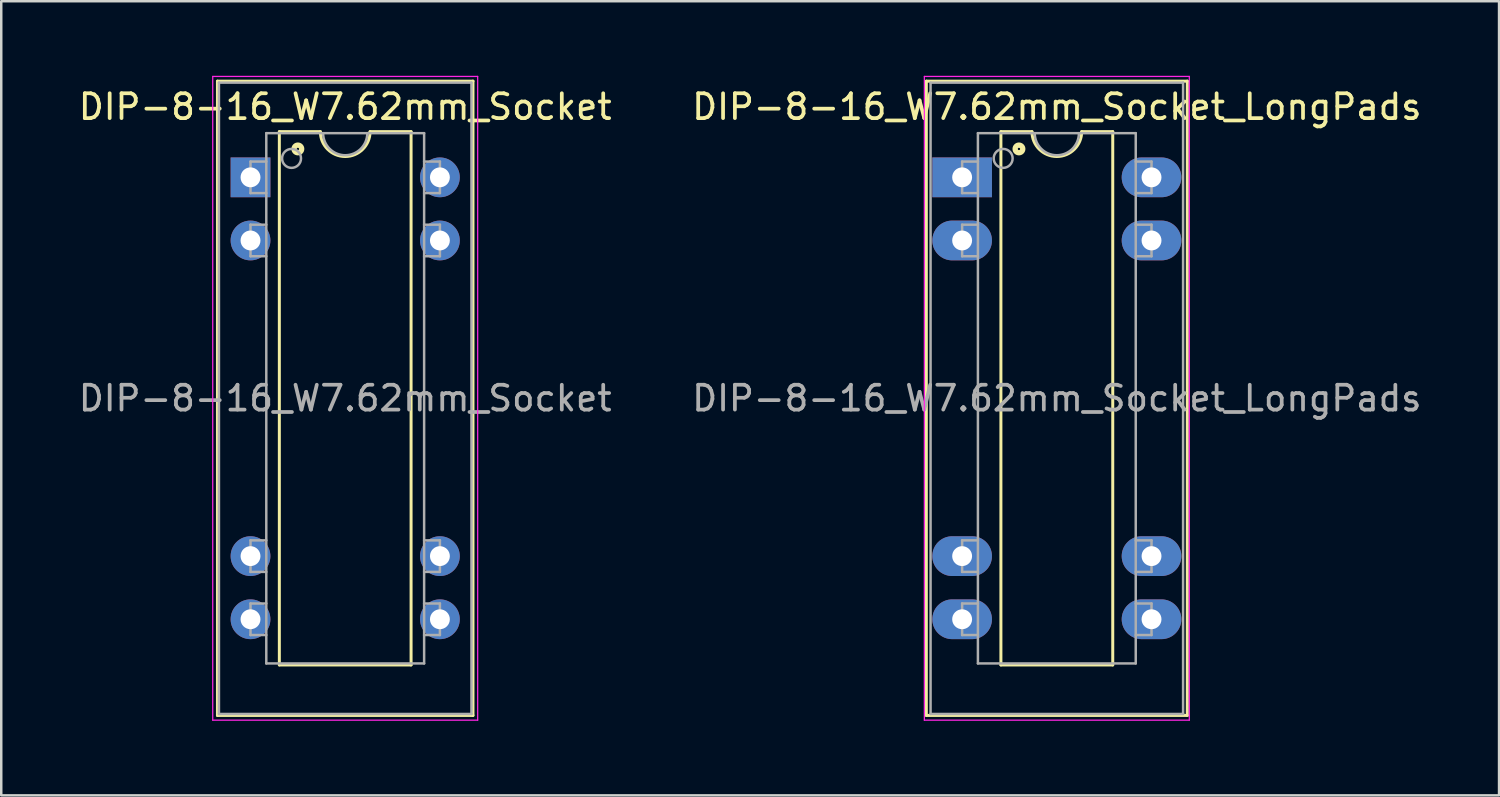
<source format=kicad_pcb>
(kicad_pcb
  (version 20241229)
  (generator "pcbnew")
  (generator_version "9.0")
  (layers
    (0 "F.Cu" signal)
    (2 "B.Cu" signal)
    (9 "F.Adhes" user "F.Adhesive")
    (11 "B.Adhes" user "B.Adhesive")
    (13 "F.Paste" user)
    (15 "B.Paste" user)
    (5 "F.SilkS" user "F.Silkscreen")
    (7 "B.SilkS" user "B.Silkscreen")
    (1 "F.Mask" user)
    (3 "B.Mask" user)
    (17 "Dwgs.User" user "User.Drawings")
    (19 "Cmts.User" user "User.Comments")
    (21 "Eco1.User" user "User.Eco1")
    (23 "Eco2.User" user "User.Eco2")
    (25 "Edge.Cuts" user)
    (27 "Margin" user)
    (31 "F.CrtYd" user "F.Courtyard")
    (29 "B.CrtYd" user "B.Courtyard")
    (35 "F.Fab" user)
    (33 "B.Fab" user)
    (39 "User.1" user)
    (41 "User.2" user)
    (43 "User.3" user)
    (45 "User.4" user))
  (footprint "DIP-8-16_W7.62mm_Socket"
    (layer "F.Cu")
    (at 7.029 4.085)
    (property "Reference" "DIP-8-16_W7.62mm_Socket" (at 3.81 -2.838 0) (layer "F.SilkS") (effects (font (size 1 1) (thickness 0.15))))
    (attr through_hole)
    (fp_line (start -1.33 -3.87) (end -1.33 21.65) (stroke (width 0.12) (type solid)) (layer "F.SilkS"))
    (fp_line (start -1.33 21.65) (end 8.95 21.65) (stroke (width 0.12) (type solid)) (layer "F.SilkS"))
    (fp_line (start 1.16 -1.838) (end 1.16 19.618) (stroke (width 0.12) (type solid)) (layer "F.SilkS"))
    (fp_line (start 1.16 19.618) (end 6.46 19.618) (stroke (width 0.12) (type solid)) (layer "F.SilkS"))
    (fp_line (start 2.81 -1.838) (end 1.16 -1.838) (stroke (width 0.12) (type solid)) (layer "F.SilkS"))
    (fp_line (start 6.46 -1.838) (end 4.81 -1.838) (stroke (width 0.12) (type solid)) (layer "F.SilkS"))
    (fp_line (start 6.46 19.618) (end 6.46 -1.838) (stroke (width 0.12) (type solid)) (layer "F.SilkS"))
    (fp_line (start 8.95 -3.87) (end -1.33 -3.87) (stroke (width 0.12) (type solid)) (layer "F.SilkS"))
    (fp_line (start 8.95 21.65) (end 8.95 -3.87) (stroke (width 0.12) (type solid)) (layer "F.SilkS"))
    (fp_arc (start 4.81 -1.838) (mid 3.81 -0.838) (end 2.81 -1.838) (stroke (width 0.12) (type solid)) (layer "F.SilkS"))
    (fp_circle (center 1.905 -1.143) (end 1.955 -1.143) (stroke (width 0.12) (type solid)) (fill no) (layer "F.SilkS"))
    (fp_circle (center 1.905 -1.143) (end 2.03 -1.143) (stroke (width 0.12) (type solid)) (fill no) (layer "F.SilkS"))
    (fp_circle (center 1.905 -1.143) (end 2.105 -1.143) (stroke (width 0.12) (type solid)) (fill no) (layer "F.SilkS"))
    (fp_line (start -1.52 -4.06) (end -1.52 21.84) (stroke (width 0.05) (type solid)) (layer "F.CrtYd"))
    (fp_line (start -1.52 21.84) (end 9.14 21.84) (stroke (width 0.05) (type solid)) (layer "F.CrtYd"))
    (fp_line (start 9.14 -4.06) (end -1.52 -4.06) (stroke (width 0.05) (type solid)) (layer "F.CrtYd"))
    (fp_line (start 9.14 21.84) (end 9.14 -4.06) (stroke (width 0.05) (type solid)) (layer "F.CrtYd"))
    (fp_line (start -1.27 -3.81) (end -1.27 21.59) (stroke (width 0.1) (type solid)) (layer "F.Fab"))
    (fp_line (start -1.27 21.59) (end 8.89 21.59) (stroke (width 0.1) (type solid)) (layer "F.Fab"))
    (fp_line (start 0 -0.635) (end 0 0.635) (stroke (width 0.1) (type solid)) (layer "F.Fab"))
    (fp_line (start 0 -0.635) (end 0.635 -0.635) (stroke (width 0.1) (type solid)) (layer "F.Fab"))
    (fp_line (start 0 0.635) (end 0.635 0.635) (stroke (width 0.1) (type solid)) (layer "F.Fab"))
    (fp_line (start 0 1.905) (end 0 3.175) (stroke (width 0.1) (type solid)) (layer "F.Fab"))
    (fp_line (start 0 1.905) (end 0.635 1.905) (stroke (width 0.1) (type solid)) (layer "F.Fab"))
    (fp_line (start 0 3.175) (end 0.635 3.175) (stroke (width 0.1) (type solid)) (layer "F.Fab"))
    (fp_line (start 0 14.605) (end 0 15.875) (stroke (width 0.1) (type solid)) (layer "F.Fab"))
    (fp_line (start 0 14.605) (end 0.635 14.605) (stroke (width 0.1) (type solid)) (layer "F.Fab"))
    (fp_line (start 0 15.875) (end 0.635 15.875) (stroke (width 0.1) (type solid)) (layer "F.Fab"))
    (fp_line (start 0 17.145) (end 0 18.415) (stroke (width 0.1) (type solid)) (layer "F.Fab"))
    (fp_line (start 0 17.145) (end 0.635 17.145) (stroke (width 0.1) (type solid)) (layer "F.Fab"))
    (fp_line (start 0 18.415) (end 0.635 18.415) (stroke (width 0.1) (type solid)) (layer "F.Fab"))
    (fp_line (start 0.635 -1.778) (end 6.985 -1.778) (stroke (width 0.1) (type solid)) (layer "F.Fab"))
    (fp_line (start 0.635 19.558) (end 0.635 -1.778) (stroke (width 0.1) (type solid)) (layer "F.Fab"))
    (fp_line (start 6.985 -1.778) (end 6.985 19.558) (stroke (width 0.1) (type solid)) (layer "F.Fab"))
    (fp_line (start 6.985 19.558) (end 0.635 19.558) (stroke (width 0.1) (type solid)) (layer "F.Fab"))
    (fp_line (start 7.62 -0.635) (end 6.985 -0.635) (stroke (width 0.1) (type solid)) (layer "F.Fab"))
    (fp_line (start 7.62 0.635) (end 6.985 0.635) (stroke (width 0.1) (type solid)) (layer "F.Fab"))
    (fp_line (start 7.62 0.635) (end 7.62 -0.635) (stroke (width 0.1) (type solid)) (layer "F.Fab"))
    (fp_line (start 7.62 1.905) (end 6.985 1.905) (stroke (width 0.1) (type solid)) (layer "F.Fab"))
    (fp_line (start 7.62 3.175) (end 6.985 3.175) (stroke (width 0.1) (type solid)) (layer "F.Fab"))
    (fp_line (start 7.62 3.175) (end 7.62 1.905) (stroke (width 0.1) (type solid)) (layer "F.Fab"))
    (fp_line (start 7.62 14.605) (end 6.985 14.605) (stroke (width 0.1) (type solid)) (layer "F.Fab"))
    (fp_line (start 7.62 15.875) (end 6.985 15.875) (stroke (width 0.1) (type solid)) (layer "F.Fab"))
    (fp_line (start 7.62 15.875) (end 7.62 14.605) (stroke (width 0.1) (type solid)) (layer "F.Fab"))
    (fp_line (start 7.62 17.145) (end 6.985 17.145) (stroke (width 0.1) (type solid)) (layer "F.Fab"))
    (fp_line (start 7.62 18.415) (end 6.985 18.415) (stroke (width 0.1) (type solid)) (layer "F.Fab"))
    (fp_line (start 7.62 18.415) (end 7.62 17.145) (stroke (width 0.1) (type solid)) (layer "F.Fab"))
    (fp_line (start 8.89 -3.81) (end -1.27 -3.81) (stroke (width 0.1) (type solid)) (layer "F.Fab"))
    (fp_line (start 8.89 21.59) (end 8.89 -3.81) (stroke (width 0.1) (type solid)) (layer "F.Fab"))
    (fp_arc (start 4.699 -1.778) (mid 3.81 -0.889) (end 2.921 -1.778) (stroke (width 0.1) (type solid)) (layer "F.Fab"))
    (fp_circle (center 1.651 -0.762) (end 2.032 -0.762) (stroke (width 0.1) (type solid)) (fill no) (layer "F.Fab"))
    (fp_text user "${REFERENCE}" (at 3.81 8.89 0) (layer "F.Fab") (effects (font (size 1 1) (thickness 0.15))))
    (pad "1" thru_hole rect (at 0 0) (size 1.6 1.6) (drill 0.8) (layers "*.Cu" "*.Mask"))
    (pad "2" thru_hole circle (at 0 2.54) (size 1.6 1.6) (drill 0.8) (layers "*.Cu" "*.Mask"))
    (pad "3" thru_hole circle (at 0 15.24) (size 1.6 1.6) (drill 0.8) (layers "*.Cu" "*.Mask"))
    (pad "4" thru_hole circle (at 0 17.78) (size 1.6 1.6) (drill 0.8) (layers "*.Cu" "*.Mask"))
    (pad "5" thru_hole circle (at 7.62 17.78) (size 1.6 1.6) (drill 0.8) (layers "*.Cu" "*.Mask"))
    (pad "6" thru_hole circle (at 7.62 15.24) (size 1.6 1.6) (drill 0.8) (layers "*.Cu" "*.Mask"))
    (pad "7" thru_hole circle (at 7.62 2.54) (size 1.6 1.6) (drill 0.8) (layers "*.Cu" "*.Mask"))
    (pad "8" thru_hole circle (at 7.62 0) (size 1.6 1.6) (drill 0.8) (layers "*.Cu" "*.Mask")))
  (footprint "DIP-8-16_W7.62mm_Socket_LongPads"
    (layer "F.Cu")
    (at 35.66 4.085)
    (property "Reference" "DIP-8-16_W7.62mm_Socket_LongPads" (at 3.81 -2.838 0) (layer "F.SilkS") (effects (font (size 1 1) (thickness 0.15))))
    (attr through_hole)
    (fp_line (start -1.44 -3.87) (end -1.44 21.65) (stroke (width 0.12) (type solid)) (layer "F.SilkS"))
    (fp_line (start -1.44 21.65) (end 9.06 21.65) (stroke (width 0.12) (type solid)) (layer "F.SilkS"))
    (fp_line (start 1.56 -1.838) (end 1.56 19.618) (stroke (width 0.12) (type solid)) (layer "F.SilkS"))
    (fp_line (start 1.56 19.618) (end 6.06 19.618) (stroke (width 0.12) (type solid)) (layer "F.SilkS"))
    (fp_line (start 2.81 -1.838) (end 1.56 -1.838) (stroke (width 0.12) (type solid)) (layer "F.SilkS"))
    (fp_line (start 6.06 -1.838) (end 4.81 -1.838) (stroke (width 0.12) (type solid)) (layer "F.SilkS"))
    (fp_line (start 6.06 19.618) (end 6.06 -1.838) (stroke (width 0.12) (type solid)) (layer "F.SilkS"))
    (fp_line (start 9.06 -3.87) (end -1.44 -3.87) (stroke (width 0.12) (type solid)) (layer "F.SilkS"))
    (fp_line (start 9.06 21.65) (end 9.06 -3.87) (stroke (width 0.12) (type solid)) (layer "F.SilkS"))
    (fp_arc (start 4.81 -1.838) (mid 3.81 -0.838) (end 2.81 -1.838) (stroke (width 0.12) (type solid)) (layer "F.SilkS"))
    (fp_circle (center 2.286 -1.143) (end 2.336 -1.143) (stroke (width 0.12) (type solid)) (fill no) (layer "F.SilkS"))
    (fp_circle (center 2.286 -1.143) (end 2.411 -1.143) (stroke (width 0.12) (type solid)) (fill no) (layer "F.SilkS"))
    (fp_circle (center 2.286 -1.143) (end 2.486 -1.143) (stroke (width 0.12) (type solid)) (fill no) (layer "F.SilkS"))
    (fp_line (start -1.52 -4.06) (end -1.52 21.84) (stroke (width 0.05) (type solid)) (layer "F.CrtYd"))
    (fp_line (start -1.52 21.84) (end 9.14 21.84) (stroke (width 0.05) (type solid)) (layer "F.CrtYd"))
    (fp_line (start 9.14 -4.06) (end -1.52 -4.06) (stroke (width 0.05) (type solid)) (layer "F.CrtYd"))
    (fp_line (start 9.14 21.84) (end 9.14 -4.06) (stroke (width 0.05) (type solid)) (layer "F.CrtYd"))
    (fp_line (start -1.27 -3.81) (end -1.27 21.59) (stroke (width 0.1) (type solid)) (layer "F.Fab"))
    (fp_line (start -1.27 21.59) (end 8.89 21.59) (stroke (width 0.1) (type solid)) (layer "F.Fab"))
    (fp_line (start 0 -0.635) (end 0 0.635) (stroke (width 0.1) (type solid)) (layer "F.Fab"))
    (fp_line (start 0 -0.635) (end 0.635 -0.635) (stroke (width 0.1) (type solid)) (layer "F.Fab"))
    (fp_line (start 0 0.635) (end 0.635 0.635) (stroke (width 0.1) (type solid)) (layer "F.Fab"))
    (fp_line (start 0 1.905) (end 0 3.175) (stroke (width 0.1) (type solid)) (layer "F.Fab"))
    (fp_line (start 0 1.905) (end 0.635 1.905) (stroke (width 0.1) (type solid)) (layer "F.Fab"))
    (fp_line (start 0 3.175) (end 0.635 3.175) (stroke (width 0.1) (type solid)) (layer "F.Fab"))
    (fp_line (start 0 14.605) (end 0 15.875) (stroke (width 0.1) (type solid)) (layer "F.Fab"))
    (fp_line (start 0 14.605) (end 0.635 14.605) (stroke (width 0.1) (type solid)) (layer "F.Fab"))
    (fp_line (start 0 15.875) (end 0.635 15.875) (stroke (width 0.1) (type solid)) (layer "F.Fab"))
    (fp_line (start 0 17.145) (end 0 18.415) (stroke (width 0.1) (type solid)) (layer "F.Fab"))
    (fp_line (start 0 17.145) (end 0.635 17.145) (stroke (width 0.1) (type solid)) (layer "F.Fab"))
    (fp_line (start 0 18.415) (end 0.635 18.415) (stroke (width 0.1) (type solid)) (layer "F.Fab"))
    (fp_line (start 0.635 -1.778) (end 6.985 -1.778) (stroke (width 0.1) (type solid)) (layer "F.Fab"))
    (fp_line (start 0.635 19.558) (end 0.635 -1.778) (stroke (width 0.1) (type solid)) (layer "F.Fab"))
    (fp_line (start 6.985 -1.778) (end 6.985 19.558) (stroke (width 0.1) (type solid)) (layer "F.Fab"))
    (fp_line (start 6.985 19.558) (end 0.635 19.558) (stroke (width 0.1) (type solid)) (layer "F.Fab"))
    (fp_line (start 7.62 -0.635) (end 6.985 -0.635) (stroke (width 0.1) (type solid)) (layer "F.Fab"))
    (fp_line (start 7.62 0.635) (end 6.985 0.635) (stroke (width 0.1) (type solid)) (layer "F.Fab"))
    (fp_line (start 7.62 0.635) (end 7.62 -0.635) (stroke (width 0.1) (type solid)) (layer "F.Fab"))
    (fp_line (start 7.62 1.905) (end 6.985 1.905) (stroke (width 0.1) (type solid)) (layer "F.Fab"))
    (fp_line (start 7.62 3.175) (end 6.985 3.175) (stroke (width 0.1) (type solid)) (layer "F.Fab"))
    (fp_line (start 7.62 3.175) (end 7.62 1.905) (stroke (width 0.1) (type solid)) (layer "F.Fab"))
    (fp_line (start 7.62 14.605) (end 6.985 14.605) (stroke (width 0.1) (type solid)) (layer "F.Fab"))
    (fp_line (start 7.62 15.875) (end 6.985 15.875) (stroke (width 0.1) (type solid)) (layer "F.Fab"))
    (fp_line (start 7.62 15.875) (end 7.62 14.605) (stroke (width 0.1) (type solid)) (layer "F.Fab"))
    (fp_line (start 7.62 17.145) (end 6.985 17.145) (stroke (width 0.1) (type solid)) (layer "F.Fab"))
    (fp_line (start 7.62 18.415) (end 6.985 18.415) (stroke (width 0.1) (type solid)) (layer "F.Fab"))
    (fp_line (start 7.62 18.415) (end 7.62 17.145) (stroke (width 0.1) (type solid)) (layer "F.Fab"))
    (fp_line (start 8.89 -3.81) (end -1.27 -3.81) (stroke (width 0.1) (type solid)) (layer "F.Fab"))
    (fp_line (start 8.89 21.59) (end 8.89 -3.81) (stroke (width 0.1) (type solid)) (layer "F.Fab"))
    (fp_arc (start 4.699 -1.778) (mid 3.81 -0.889) (end 2.921 -1.778) (stroke (width 0.1) (type solid)) (layer "F.Fab"))
    (fp_circle (center 1.651 -0.762) (end 2.032 -0.762) (stroke (width 0.1) (type solid)) (fill no) (layer "F.Fab"))
    (fp_text user "${REFERENCE}" (at 3.81 8.89 0) (layer "F.Fab") (effects (font (size 1 1) (thickness 0.15))))
    (pad "1" thru_hole rect (at 0 0) (size 2.4 1.6) (drill 0.8) (layers "*.Cu" "*.Mask"))
    (pad "2" thru_hole oval (at 0 2.54) (size 2.4 1.6) (drill 0.8) (layers "*.Cu" "*.Mask"))
    (pad "3" thru_hole oval (at 0 15.24) (size 2.4 1.6) (drill 0.8) (layers "*.Cu" "*.Mask"))
    (pad "4" thru_hole oval (at 0 17.78) (size 2.4 1.6) (drill 0.8) (layers "*.Cu" "*.Mask"))
    (pad "5" thru_hole oval (at 7.62 17.78) (size 2.4 1.6) (drill 0.8) (layers "*.Cu" "*.Mask"))
    (pad "6" thru_hole oval (at 7.62 15.24) (size 2.4 1.6) (drill 0.8) (layers "*.Cu" "*.Mask"))
    (pad "7" thru_hole oval (at 7.62 2.54) (size 2.4 1.6) (drill 0.8) (layers "*.Cu" "*.Mask"))
    (pad "8" thru_hole oval (at 7.62 0) (size 2.4 1.6) (drill 0.8) (layers "*.Cu" "*.Mask")))
  (gr_rect
    (start -3 -3)
    (end 57.262 28.95)
    (stroke (width 0.1) (type default))
    (fill no)
    (layer "Edge.Cuts")))
</source>
